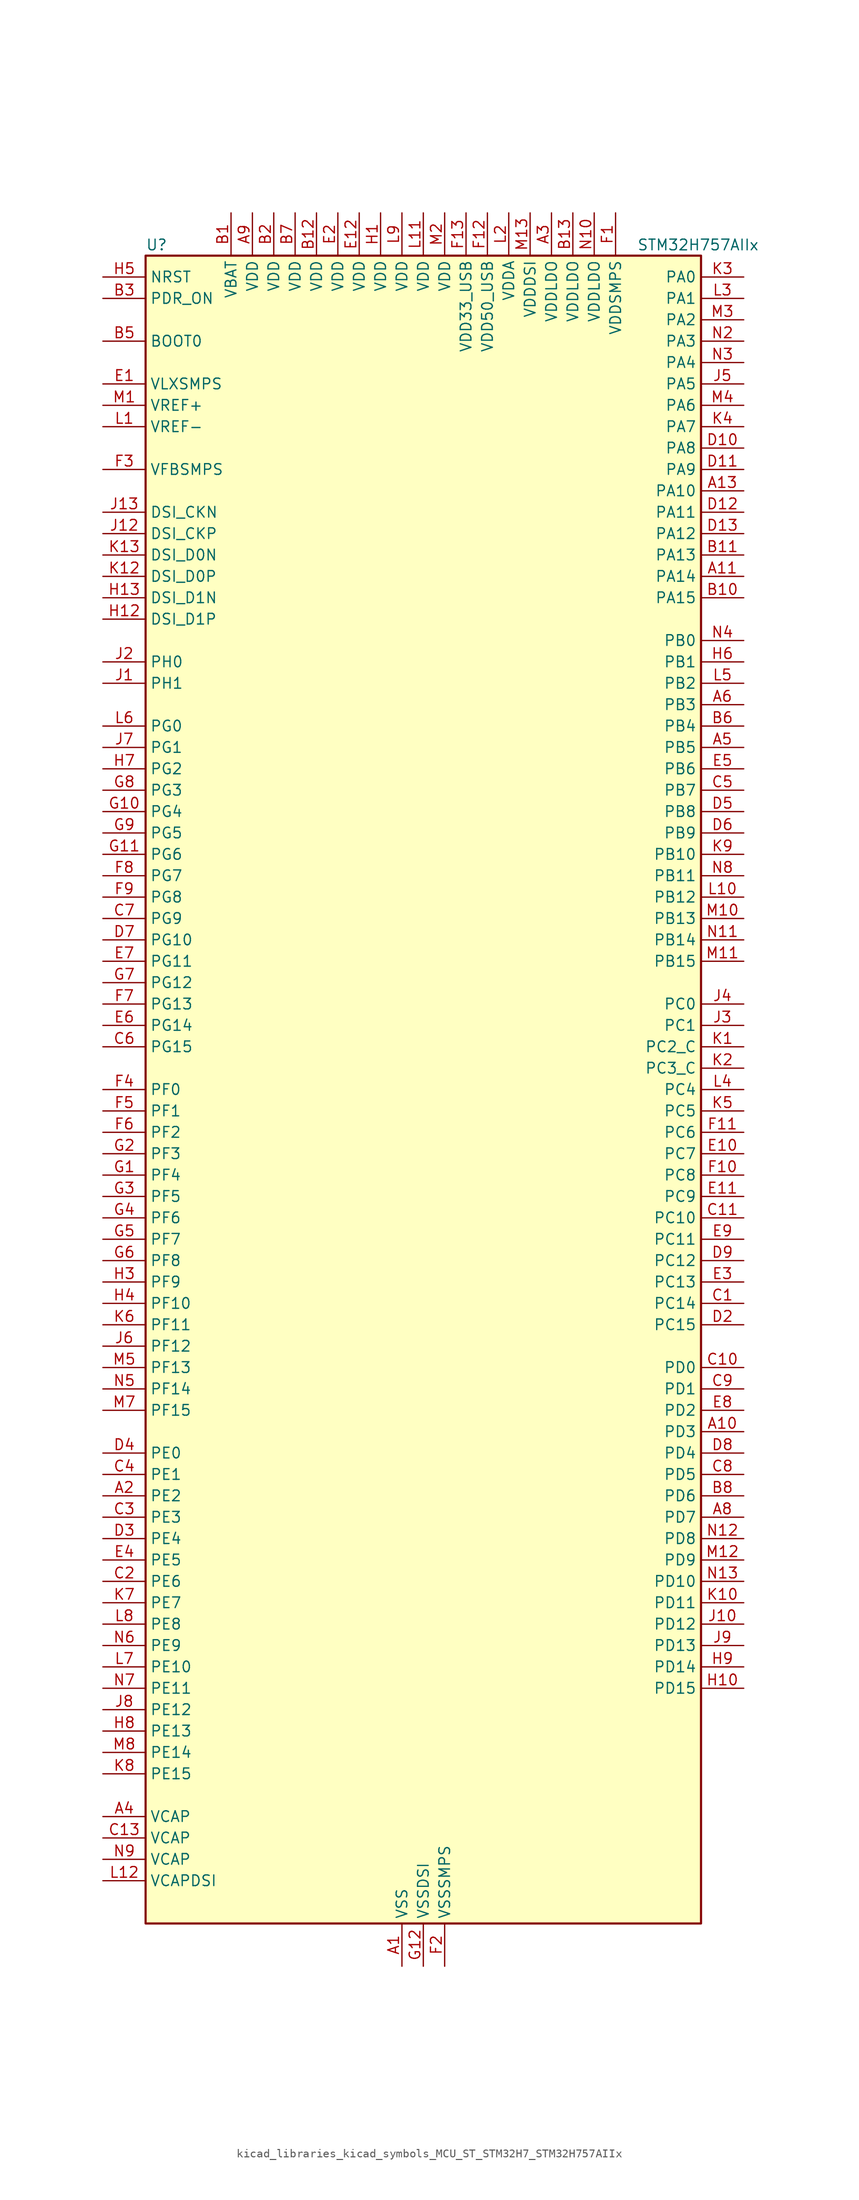
<source format=kicad_sym>
(kicad_symbol_lib
  (version 20220914)
  (generator kicad_symbol_editor)
  (symbol "kicad_libraries_kicad_symbols_MCU_ST_STM32H7_STM32H757AIIx"
    (property "Reference" "U"
      (at -33.02 100.33 0)
      (effects (font (size 1.27 1.27)) (justify left)))
    (property "Value" "STM32H757AIIx"
      (at 25.4 100.33 0)
      (effects (font (size 1.27 1.27)) (justify left)))
    (property "ki_locked" ""
      (at 0 0 0)
      (effects (font (size 1.27 1.27))))
    (symbol "kicad_libraries_kicad_symbols_MCU_ST_STM32H7_STM32H757AIIx_0_1"
      (rectangle (start -33.02 -99.06) (end 33.02 99.06) (stroke (width 0.254) (type default)) (fill (type background))))
    (symbol "kicad_libraries_kicad_symbols_MCU_ST_STM32H7_STM32H757AIIx_1_1"
      (pin power_in line (at -2.54 -104.14 90) (length 5.08) (name "VSS" (effects (font (size 1.27 1.27)))) (number "A1" (effects (font (size 1.27 1.27)))))
      (pin bidirectional line (at 38.1 -40.64 180) (length 5.08) (name "PD3" (effects (font (size 1.27 1.27)))) (number "A10" (effects (font (size 1.27 1.27)))) (alternate "DCMI_D5" bidirectional line) (alternate "DFSDM1_CKOUT" bidirectional line) (alternate "FMC_CLK" bidirectional line) (alternate "I2S2_CK" bidirectional line) (alternate "LTDC_G7" bidirectional line) (alternate "SPI2_SCK" bidirectional line) (alternate "USART2_CTS" bidirectional line) (alternate "USART2_NSS" bidirectional line))
      (pin bidirectional line (at 38.1 60.96 180) (length 5.08) (name "PA14" (effects (font (size 1.27 1.27)))) (number "A11" (effects (font (size 1.27 1.27)))) (alternate "DEBUG_JTCK-SWCLK" bidirectional line))
      (pin passive line (at -2.54 -104.14 90) (length 5.08) hide (name "VSS" (effects (font (size 1.27 1.27)))) (number "A12" (effects (font (size 1.27 1.27)))))
      (pin bidirectional line (at 38.1 71.12 180) (length 5.08) (name "PA10" (effects (font (size 1.27 1.27)))) (number "A13" (effects (font (size 1.27 1.27)))) (alternate "DCMI_D1" bidirectional line) (alternate "HRTIM_CHC2" bidirectional line) (alternate "LPUART1_RX" bidirectional line) (alternate "LTDC_B1" bidirectional line) (alternate "LTDC_B4" bidirectional line) (alternate "MDIOS_MDIO" bidirectional line) (alternate "TIM1_CH3" bidirectional line) (alternate "USART1_RX" bidirectional line) (alternate "USB_OTG_FS_ID" bidirectional line))
      (pin bidirectional line (at -38.1 -48.26 0) (length 5.08) (name "PE2" (effects (font (size 1.27 1.27)))) (number "A2" (effects (font (size 1.27 1.27)))) (alternate "DEBUG_TRACECLK" bidirectional line) (alternate "ETH_TXD3" bidirectional line) (alternate "FMC_A23" bidirectional line) (alternate "QUADSPI_BK1_IO2" bidirectional line) (alternate "SAI1_CK1" bidirectional line) (alternate "SAI1_MCLK_A" bidirectional line) (alternate "SAI4_CK1" bidirectional line) (alternate "SAI4_MCLK_A" bidirectional line) (alternate "SPI4_SCK" bidirectional line))
      (pin power_in line (at 15.24 104.14 270) (length 5.08) (name "VDDLDO" (effects (font (size 1.27 1.27)))) (number "A3" (effects (font (size 1.27 1.27)))))
      (pin power_out line (at -38.1 -86.36 0) (length 5.08) (name "VCAP" (effects (font (size 1.27 1.27)))) (number "A4" (effects (font (size 1.27 1.27)))))
      (pin bidirectional line (at 38.1 40.64 180) (length 5.08) (name "PB5" (effects (font (size 1.27 1.27)))) (number "A5" (effects (font (size 1.27 1.27)))) (alternate "DCMI_D10" bidirectional line) (alternate "ETH_PPS_OUT" bidirectional line) (alternate "FDCAN2_RX" bidirectional line) (alternate "FMC_SDCKE1" bidirectional line) (alternate "HRTIM_EEV7" bidirectional line) (alternate "I2C1_SMBA" bidirectional line) (alternate "I2C4_SMBA" bidirectional line) (alternate "I2S1_SDO" bidirectional line) (alternate "I2S3_SDO" bidirectional line) (alternate "SPI1_MOSI" bidirectional line) (alternate "SPI3_MOSI" bidirectional line) (alternate "SPI6_MOSI" bidirectional line) (alternate "TIM17_BKIN" bidirectional line) (alternate "TIM3_CH2" bidirectional line) (alternate "UART5_RX" bidirectional line) (alternate "USB_OTG_HS_ULPI_D7" bidirectional line))
      (pin bidirectional line (at 38.1 45.72 180) (length 5.08) (name "PB3" (effects (font (size 1.27 1.27)))) (number "A6" (effects (font (size 1.27 1.27)))) (alternate "CRS_SYNC" bidirectional line) (alternate "DEBUG_JTDO-SWO" bidirectional line) (alternate "HRTIM_FLT4" bidirectional line) (alternate "I2S1_CK" bidirectional line) (alternate "I2S3_CK" bidirectional line) (alternate "SDMMC2_D2" bidirectional line) (alternate "SPI1_SCK" bidirectional line) (alternate "SPI3_SCK" bidirectional line) (alternate "SPI6_SCK" bidirectional line) (alternate "TIM2_CH2" bidirectional line) (alternate "UART7_RX" bidirectional line))
      (pin passive line (at -2.54 -104.14 90) (length 5.08) hide (name "VSS" (effects (font (size 1.27 1.27)))) (number "A7" (effects (font (size 1.27 1.27)))))
      (pin bidirectional line (at 38.1 -50.8 180) (length 5.08) (name "PD7" (effects (font (size 1.27 1.27)))) (number "A8" (effects (font (size 1.27 1.27)))) (alternate "DFSDM1_CKIN1" bidirectional line) (alternate "DFSDM1_DATIN4" bidirectional line) (alternate "FMC_NE1" bidirectional line) (alternate "I2S1_SDO" bidirectional line) (alternate "SDMMC2_CMD" bidirectional line) (alternate "SPDIFRX1_IN0" bidirectional line) (alternate "SPI1_MOSI" bidirectional line) (alternate "USART2_CK" bidirectional line))
      (pin power_in line (at -20.32 104.14 270) (length 5.08) (name "VDD" (effects (font (size 1.27 1.27)))) (number "A9" (effects (font (size 1.27 1.27)))))
      (pin power_in line (at -22.86 104.14 270) (length 5.08) (name "VBAT" (effects (font (size 1.27 1.27)))) (number "B1" (effects (font (size 1.27 1.27)))))
      (pin bidirectional line (at 38.1 58.42 180) (length 5.08) (name "PA15" (effects (font (size 1.27 1.27)))) (number "B10" (effects (font (size 1.27 1.27)))) (alternate "ADC1_EXTI15" bidirectional line) (alternate "ADC2_EXTI15" bidirectional line) (alternate "ADC3_EXTI15" bidirectional line) (alternate "CEC" bidirectional line) (alternate "DEBUG_JTDI" bidirectional line) (alternate "DSIHOST_TE" bidirectional line) (alternate "HRTIM_FLT1" bidirectional line) (alternate "I2S1_WS" bidirectional line) (alternate "I2S3_WS" bidirectional line) (alternate "SPI1_NSS" bidirectional line) (alternate "SPI3_NSS" bidirectional line) (alternate "SPI6_NSS" bidirectional line) (alternate "TIM2_CH1" bidirectional line) (alternate "TIM2_ETR" bidirectional line) (alternate "UART4_DE" bidirectional line) (alternate "UART4_RTS" bidirectional line) (alternate "UART7_TX" bidirectional line))
      (pin bidirectional line (at 38.1 63.5 180) (length 5.08) (name "PA13" (effects (font (size 1.27 1.27)))) (number "B11" (effects (font (size 1.27 1.27)))) (alternate "DEBUG_JTMS-SWDIO" bidirectional line))
      (pin power_in line (at -12.7 104.14 270) (length 5.08) (name "VDD" (effects (font (size 1.27 1.27)))) (number "B12" (effects (font (size 1.27 1.27)))))
      (pin power_in line (at 17.78 104.14 270) (length 5.08) (name "VDDLDO" (effects (font (size 1.27 1.27)))) (number "B13" (effects (font (size 1.27 1.27)))))
      (pin power_in line (at -17.78 104.14 270) (length 5.08) (name "VDD" (effects (font (size 1.27 1.27)))) (number "B2" (effects (font (size 1.27 1.27)))))
      (pin input line (at -38.1 93.98 0) (length 5.08) (name "PDR_ON" (effects (font (size 1.27 1.27)))) (number "B3" (effects (font (size 1.27 1.27)))))
      (pin passive line (at -2.54 -104.14 90) (length 5.08) hide (name "VSS" (effects (font (size 1.27 1.27)))) (number "B4" (effects (font (size 1.27 1.27)))))
      (pin input line (at -38.1 88.9 0) (length 5.08) (name "BOOT0" (effects (font (size 1.27 1.27)))) (number "B5" (effects (font (size 1.27 1.27)))))
      (pin bidirectional line (at 38.1 43.18 180) (length 5.08) (name "PB4" (effects (font (size 1.27 1.27)))) (number "B6" (effects (font (size 1.27 1.27)))) (alternate "DEBUG_JTRST" bidirectional line) (alternate "HRTIM_EEV6" bidirectional line) (alternate "I2S1_SDI" bidirectional line) (alternate "I2S2_WS" bidirectional line) (alternate "I2S3_SDI" bidirectional line) (alternate "SDMMC2_D3" bidirectional line) (alternate "SPI1_MISO" bidirectional line) (alternate "SPI2_NSS" bidirectional line) (alternate "SPI3_MISO" bidirectional line) (alternate "SPI6_MISO" bidirectional line) (alternate "TIM16_BKIN" bidirectional line) (alternate "TIM3_CH1" bidirectional line) (alternate "UART7_TX" bidirectional line))
      (pin power_in line (at -15.24 104.14 270) (length 5.08) (name "VDD" (effects (font (size 1.27 1.27)))) (number "B7" (effects (font (size 1.27 1.27)))))
      (pin bidirectional line (at 38.1 -48.26 180) (length 5.08) (name "PD6" (effects (font (size 1.27 1.27)))) (number "B8" (effects (font (size 1.27 1.27)))) (alternate "DCMI_D10" bidirectional line) (alternate "DFSDM1_CKIN4" bidirectional line) (alternate "DFSDM1_DATIN1" bidirectional line) (alternate "FMC_NWAIT" bidirectional line) (alternate "I2S3_SDO" bidirectional line) (alternate "LTDC_B2" bidirectional line) (alternate "SAI1_D1" bidirectional line) (alternate "SAI1_SD_A" bidirectional line) (alternate "SAI4_D1" bidirectional line) (alternate "SAI4_SD_A" bidirectional line) (alternate "SDMMC2_CK" bidirectional line) (alternate "SPI3_MOSI" bidirectional line) (alternate "USART2_RX" bidirectional line))
      (pin passive line (at -2.54 -104.14 90) (length 5.08) hide (name "VSS" (effects (font (size 1.27 1.27)))) (number "B9" (effects (font (size 1.27 1.27)))))
      (pin bidirectional line (at 38.1 -25.4 180) (length 5.08) (name "PC14" (effects (font (size 1.27 1.27)))) (number "C1" (effects (font (size 1.27 1.27)))) (alternate "RCC_OSC32_IN" bidirectional line))
      (pin bidirectional line (at 38.1 -33.02 180) (length 5.08) (name "PD0" (effects (font (size 1.27 1.27)))) (number "C10" (effects (font (size 1.27 1.27)))) (alternate "DFSDM1_CKIN6" bidirectional line) (alternate "FDCAN1_RX" bidirectional line) (alternate "FMC_D2" bidirectional line) (alternate "FMC_DA2" bidirectional line) (alternate "SAI3_SCK_A" bidirectional line) (alternate "UART4_RX" bidirectional line))
      (pin bidirectional line (at 38.1 -15.24 180) (length 5.08) (name "PC10" (effects (font (size 1.27 1.27)))) (number "C11" (effects (font (size 1.27 1.27)))) (alternate "DCMI_D8" bidirectional line) (alternate "DFSDM1_CKIN5" bidirectional line) (alternate "HRTIM_EEV1" bidirectional line) (alternate "I2S3_CK" bidirectional line) (alternate "LTDC_R2" bidirectional line) (alternate "QUADSPI_BK1_IO1" bidirectional line) (alternate "SDMMC1_D2" bidirectional line) (alternate "SPI3_SCK" bidirectional line) (alternate "UART4_TX" bidirectional line) (alternate "USART3_TX" bidirectional line))
      (pin passive line (at -2.54 -104.14 90) (length 5.08) hide (name "VSS" (effects (font (size 1.27 1.27)))) (number "C12" (effects (font (size 1.27 1.27)))))
      (pin power_out line (at -38.1 -88.9 0) (length 5.08) (name "VCAP" (effects (font (size 1.27 1.27)))) (number "C13" (effects (font (size 1.27 1.27)))))
      (pin bidirectional line (at -38.1 -58.42 0) (length 5.08) (name "PE6" (effects (font (size 1.27 1.27)))) (number "C2" (effects (font (size 1.27 1.27)))) (alternate "DCMI_D7" bidirectional line) (alternate "DEBUG_TRACED3" bidirectional line) (alternate "FMC_A22" bidirectional line) (alternate "LTDC_G1" bidirectional line) (alternate "SAI1_D1" bidirectional line) (alternate "SAI1_SD_A" bidirectional line) (alternate "SAI2_MCLK_B" bidirectional line) (alternate "SAI4_D1" bidirectional line) (alternate "SAI4_SD_A" bidirectional line) (alternate "SPI4_MOSI" bidirectional line) (alternate "TIM15_CH2" bidirectional line) (alternate "TIM1_BKIN2" bidirectional line) (alternate "TIM1_BKIN2_COMP1" bidirectional line) (alternate "TIM1_BKIN2_COMP2" bidirectional line))
      (pin bidirectional line (at -38.1 -50.8 0) (length 5.08) (name "PE3" (effects (font (size 1.27 1.27)))) (number "C3" (effects (font (size 1.27 1.27)))) (alternate "DEBUG_TRACED0" bidirectional line) (alternate "FMC_A19" bidirectional line) (alternate "SAI1_SD_B" bidirectional line) (alternate "SAI4_SD_B" bidirectional line) (alternate "TIM15_BKIN" bidirectional line))
      (pin bidirectional line (at -38.1 -45.72 0) (length 5.08) (name "PE1" (effects (font (size 1.27 1.27)))) (number "C4" (effects (font (size 1.27 1.27)))) (alternate "DCMI_D3" bidirectional line) (alternate "FMC_NBL1" bidirectional line) (alternate "HRTIM_SCOUT" bidirectional line) (alternate "LPTIM1_IN2" bidirectional line) (alternate "UART8_TX" bidirectional line))
      (pin bidirectional line (at 38.1 35.56 180) (length 5.08) (name "PB7" (effects (font (size 1.27 1.27)))) (number "C5" (effects (font (size 1.27 1.27)))) (alternate "DCMI_VSYNC" bidirectional line) (alternate "DFSDM1_CKIN5" bidirectional line) (alternate "FMC_NL" bidirectional line) (alternate "HRTIM_EEV9" bidirectional line) (alternate "I2C1_SDA" bidirectional line) (alternate "I2C4_SDA" bidirectional line) (alternate "LPUART1_RX" bidirectional line) (alternate "PWR_PVD_IN" bidirectional line) (alternate "TIM17_CH1N" bidirectional line) (alternate "TIM4_CH2" bidirectional line) (alternate "USART1_RX" bidirectional line))
      (pin bidirectional line (at -38.1 5.08 0) (length 5.08) (name "PG15" (effects (font (size 1.27 1.27)))) (number "C6" (effects (font (size 1.27 1.27)))) (alternate "ADC1_EXTI15" bidirectional line) (alternate "ADC2_EXTI15" bidirectional line) (alternate "ADC3_EXTI15" bidirectional line) (alternate "DCMI_D13" bidirectional line) (alternate "FMC_SDNCAS" bidirectional line) (alternate "USART6_CTS" bidirectional line) (alternate "USART6_NSS" bidirectional line))
      (pin bidirectional line (at -38.1 20.32 0) (length 5.08) (name "PG9" (effects (font (size 1.27 1.27)))) (number "C7" (effects (font (size 1.27 1.27)))) (alternate "DAC1_EXTI9" bidirectional line) (alternate "DCMI_VSYNC" bidirectional line) (alternate "FMC_NCE" bidirectional line) (alternate "FMC_NE2" bidirectional line) (alternate "I2S1_SDI" bidirectional line) (alternate "QUADSPI_BK2_IO2" bidirectional line) (alternate "SAI2_FS_B" bidirectional line) (alternate "SPDIFRX1_IN3" bidirectional line) (alternate "SPI1_MISO" bidirectional line) (alternate "USART6_RX" bidirectional line))
      (pin bidirectional line (at 38.1 -45.72 180) (length 5.08) (name "PD5" (effects (font (size 1.27 1.27)))) (number "C8" (effects (font (size 1.27 1.27)))) (alternate "FMC_NWE" bidirectional line) (alternate "HRTIM_EEV3" bidirectional line) (alternate "USART2_TX" bidirectional line))
      (pin bidirectional line (at 38.1 -35.56 180) (length 5.08) (name "PD1" (effects (font (size 1.27 1.27)))) (number "C9" (effects (font (size 1.27 1.27)))) (alternate "DFSDM1_DATIN6" bidirectional line) (alternate "FDCAN1_TX" bidirectional line) (alternate "FMC_D3" bidirectional line) (alternate "FMC_DA3" bidirectional line) (alternate "SAI3_SD_A" bidirectional line) (alternate "UART4_TX" bidirectional line))
      (pin passive line (at -2.54 -104.14 90) (length 5.08) hide (name "VSS" (effects (font (size 1.27 1.27)))) (number "D1" (effects (font (size 1.27 1.27)))))
      (pin bidirectional line (at 38.1 76.2 180) (length 5.08) (name "PA8" (effects (font (size 1.27 1.27)))) (number "D10" (effects (font (size 1.27 1.27)))) (alternate "HRTIM_CHB2" bidirectional line) (alternate "I2C3_SCL" bidirectional line) (alternate "LTDC_B3" bidirectional line) (alternate "LTDC_R6" bidirectional line) (alternate "RCC_MCO_1" bidirectional line) (alternate "TIM1_CH1" bidirectional line) (alternate "TIM8_BKIN2" bidirectional line) (alternate "TIM8_BKIN2_COMP1" bidirectional line) (alternate "TIM8_BKIN2_COMP2" bidirectional line) (alternate "UART7_RX" bidirectional line) (alternate "USART1_CK" bidirectional line) (alternate "USB_OTG_FS_SOF" bidirectional line))
      (pin bidirectional line (at 38.1 73.66 180) (length 5.08) (name "PA9" (effects (font (size 1.27 1.27)))) (number "D11" (effects (font (size 1.27 1.27)))) (alternate "DAC1_EXTI9" bidirectional line) (alternate "DCMI_D0" bidirectional line) (alternate "HRTIM_CHC1" bidirectional line) (alternate "I2C3_SMBA" bidirectional line) (alternate "I2S2_CK" bidirectional line) (alternate "LPUART1_TX" bidirectional line) (alternate "LTDC_R5" bidirectional line) (alternate "SPI2_SCK" bidirectional line) (alternate "TIM1_CH2" bidirectional line) (alternate "USART1_TX" bidirectional line) (alternate "USB_OTG_FS_VBUS" bidirectional line))
      (pin bidirectional line (at 38.1 68.58 180) (length 5.08) (name "PA11" (effects (font (size 1.27 1.27)))) (number "D12" (effects (font (size 1.27 1.27)))) (alternate "ADC1_EXTI11" bidirectional line) (alternate "ADC2_EXTI11" bidirectional line) (alternate "ADC3_EXTI11" bidirectional line) (alternate "FDCAN1_RX" bidirectional line) (alternate "HRTIM_CHD1" bidirectional line) (alternate "I2S2_WS" bidirectional line) (alternate "LPUART1_CTS" bidirectional line) (alternate "LTDC_R4" bidirectional line) (alternate "SPI2_NSS" bidirectional line) (alternate "TIM1_CH4" bidirectional line) (alternate "UART4_RX" bidirectional line) (alternate "USART1_CTS" bidirectional line) (alternate "USART1_NSS" bidirectional line) (alternate "USB_OTG_FS_DM" bidirectional line))
      (pin bidirectional line (at 38.1 66.04 180) (length 5.08) (name "PA12" (effects (font (size 1.27 1.27)))) (number "D13" (effects (font (size 1.27 1.27)))) (alternate "FDCAN1_TX" bidirectional line) (alternate "HRTIM_CHD2" bidirectional line) (alternate "I2S2_CK" bidirectional line) (alternate "LPUART1_DE" bidirectional line) (alternate "LPUART1_RTS" bidirectional line) (alternate "LTDC_R5" bidirectional line) (alternate "SAI2_FS_B" bidirectional line) (alternate "SPI2_SCK" bidirectional line) (alternate "TIM1_ETR" bidirectional line) (alternate "UART4_TX" bidirectional line) (alternate "USART1_DE" bidirectional line) (alternate "USART1_RTS" bidirectional line) (alternate "USB_OTG_FS_DP" bidirectional line))
      (pin bidirectional line (at 38.1 -27.94 180) (length 5.08) (name "PC15" (effects (font (size 1.27 1.27)))) (number "D2" (effects (font (size 1.27 1.27)))) (alternate "ADC1_EXTI15" bidirectional line) (alternate "ADC2_EXTI15" bidirectional line) (alternate "ADC3_EXTI15" bidirectional line) (alternate "RCC_OSC32_OUT" bidirectional line))
      (pin bidirectional line (at -38.1 -53.34 0) (length 5.08) (name "PE4" (effects (font (size 1.27 1.27)))) (number "D3" (effects (font (size 1.27 1.27)))) (alternate "DCMI_D4" bidirectional line) (alternate "DEBUG_TRACED1" bidirectional line) (alternate "DFSDM1_DATIN3" bidirectional line) (alternate "FMC_A20" bidirectional line) (alternate "LTDC_B0" bidirectional line) (alternate "SAI1_D2" bidirectional line) (alternate "SAI1_FS_A" bidirectional line) (alternate "SAI4_D2" bidirectional line) (alternate "SAI4_FS_A" bidirectional line) (alternate "SPI4_NSS" bidirectional line) (alternate "TIM15_CH1N" bidirectional line))
      (pin bidirectional line (at -38.1 -43.18 0) (length 5.08) (name "PE0" (effects (font (size 1.27 1.27)))) (number "D4" (effects (font (size 1.27 1.27)))) (alternate "DCMI_D2" bidirectional line) (alternate "FMC_NBL0" bidirectional line) (alternate "HRTIM_SCIN" bidirectional line) (alternate "LPTIM1_ETR" bidirectional line) (alternate "LPTIM2_ETR" bidirectional line) (alternate "SAI2_MCLK_A" bidirectional line) (alternate "TIM4_ETR" bidirectional line) (alternate "UART8_RX" bidirectional line))
      (pin bidirectional line (at 38.1 33.02 180) (length 5.08) (name "PB8" (effects (font (size 1.27 1.27)))) (number "D5" (effects (font (size 1.27 1.27)))) (alternate "DCMI_D6" bidirectional line) (alternate "DFSDM1_CKIN7" bidirectional line) (alternate "ETH_TXD3" bidirectional line) (alternate "FDCAN1_RX" bidirectional line) (alternate "I2C1_SCL" bidirectional line) (alternate "I2C4_SCL" bidirectional line) (alternate "LTDC_B6" bidirectional line) (alternate "SDMMC1_CKIN" bidirectional line) (alternate "SDMMC1_D4" bidirectional line) (alternate "SDMMC2_D4" bidirectional line) (alternate "TIM16_CH1" bidirectional line) (alternate "TIM4_CH3" bidirectional line) (alternate "UART4_RX" bidirectional line))
      (pin bidirectional line (at 38.1 30.48 180) (length 5.08) (name "PB9" (effects (font (size 1.27 1.27)))) (number "D6" (effects (font (size 1.27 1.27)))) (alternate "DAC1_EXTI9" bidirectional line) (alternate "DCMI_D7" bidirectional line) (alternate "DFSDM1_DATIN7" bidirectional line) (alternate "FDCAN1_TX" bidirectional line) (alternate "I2C1_SDA" bidirectional line) (alternate "I2C4_SDA" bidirectional line) (alternate "I2C4_SMBA" bidirectional line) (alternate "I2S2_WS" bidirectional line) (alternate "LTDC_B7" bidirectional line) (alternate "SDMMC1_CDIR" bidirectional line) (alternate "SDMMC1_D5" bidirectional line) (alternate "SDMMC2_D5" bidirectional line) (alternate "SPI2_NSS" bidirectional line) (alternate "TIM17_CH1" bidirectional line) (alternate "TIM4_CH4" bidirectional line) (alternate "UART4_TX" bidirectional line))
      (pin bidirectional line (at -38.1 17.78 0) (length 5.08) (name "PG10" (effects (font (size 1.27 1.27)))) (number "D7" (effects (font (size 1.27 1.27)))) (alternate "DCMI_D2" bidirectional line) (alternate "FMC_NE3" bidirectional line) (alternate "HRTIM_FLT5" bidirectional line) (alternate "I2S1_WS" bidirectional line) (alternate "LTDC_B2" bidirectional line) (alternate "LTDC_G3" bidirectional line) (alternate "SAI2_SD_B" bidirectional line) (alternate "SPI1_NSS" bidirectional line))
      (pin bidirectional line (at 38.1 -43.18 180) (length 5.08) (name "PD4" (effects (font (size 1.27 1.27)))) (number "D8" (effects (font (size 1.27 1.27)))) (alternate "FMC_NOE" bidirectional line) (alternate "HRTIM_FLT3" bidirectional line) (alternate "SAI3_FS_A" bidirectional line) (alternate "USART2_DE" bidirectional line) (alternate "USART2_RTS" bidirectional line))
      (pin bidirectional line (at 38.1 -20.32 180) (length 5.08) (name "PC12" (effects (font (size 1.27 1.27)))) (number "D9" (effects (font (size 1.27 1.27)))) (alternate "DCMI_D9" bidirectional line) (alternate "DEBUG_TRACED3" bidirectional line) (alternate "HRTIM_EEV2" bidirectional line) (alternate "I2S3_SDO" bidirectional line) (alternate "SDMMC1_CK" bidirectional line) (alternate "SPI3_MOSI" bidirectional line) (alternate "UART5_TX" bidirectional line) (alternate "USART3_CK" bidirectional line))
      (pin power_in line (at -38.1 83.82 0) (length 5.08) (name "VLXSMPS" (effects (font (size 1.27 1.27)))) (number "E1" (effects (font (size 1.27 1.27)))))
      (pin bidirectional line (at 38.1 -7.62 180) (length 5.08) (name "PC7" (effects (font (size 1.27 1.27)))) (number "E10" (effects (font (size 1.27 1.27)))) (alternate "DCMI_D1" bidirectional line) (alternate "DEBUG_TRGIO" bidirectional line) (alternate "DFSDM1_DATIN3" bidirectional line) (alternate "FMC_NE1" bidirectional line) (alternate "HRTIM_CHA2" bidirectional line) (alternate "I2S3_MCK" bidirectional line) (alternate "LTDC_G6" bidirectional line) (alternate "SDMMC1_D123DIR" bidirectional line) (alternate "SDMMC1_D7" bidirectional line) (alternate "SDMMC2_D7" bidirectional line) (alternate "SWPMI1_TX" bidirectional line) (alternate "TIM3_CH2" bidirectional line) (alternate "TIM8_CH2" bidirectional line) (alternate "USART6_RX" bidirectional line))
      (pin bidirectional line (at 38.1 -12.7 180) (length 5.08) (name "PC9" (effects (font (size 1.27 1.27)))) (number "E11" (effects (font (size 1.27 1.27)))) (alternate "DAC1_EXTI9" bidirectional line) (alternate "DCMI_D3" bidirectional line) (alternate "I2C3_SDA" bidirectional line) (alternate "I2S_CKIN" bidirectional line) (alternate "LTDC_B2" bidirectional line) (alternate "LTDC_G3" bidirectional line) (alternate "QUADSPI_BK1_IO0" bidirectional line) (alternate "RCC_MCO_2" bidirectional line) (alternate "SDMMC1_D1" bidirectional line) (alternate "SWPMI1_SUSPEND" bidirectional line) (alternate "TIM3_CH4" bidirectional line) (alternate "TIM8_CH4" bidirectional line) (alternate "UART5_CTS" bidirectional line))
      (pin power_in line (at -7.62 104.14 270) (length 5.08) (name "VDD" (effects (font (size 1.27 1.27)))) (number "E12" (effects (font (size 1.27 1.27)))))
      (pin passive line (at -2.54 -104.14 90) (length 5.08) hide (name "VSS" (effects (font (size 1.27 1.27)))) (number "E13" (effects (font (size 1.27 1.27)))))
      (pin power_in line (at -10.16 104.14 270) (length 5.08) (name "VDD" (effects (font (size 1.27 1.27)))) (number "E2" (effects (font (size 1.27 1.27)))))
      (pin bidirectional line (at 38.1 -22.86 180) (length 5.08) (name "PC13" (effects (font (size 1.27 1.27)))) (number "E3" (effects (font (size 1.27 1.27)))) (alternate "PWR_WKUP2" bidirectional line) (alternate "RTC_OUT_ALARM" bidirectional line) (alternate "RTC_OUT_CALIB" bidirectional line) (alternate "RTC_TAMP1" bidirectional line) (alternate "RTC_TS" bidirectional line))
      (pin bidirectional line (at -38.1 -55.88 0) (length 5.08) (name "PE5" (effects (font (size 1.27 1.27)))) (number "E4" (effects (font (size 1.27 1.27)))) (alternate "DCMI_D6" bidirectional line) (alternate "DEBUG_TRACED2" bidirectional line) (alternate "DFSDM1_CKIN3" bidirectional line) (alternate "FMC_A21" bidirectional line) (alternate "LTDC_G0" bidirectional line) (alternate "SAI1_CK2" bidirectional line) (alternate "SAI1_SCK_A" bidirectional line) (alternate "SAI4_CK2" bidirectional line) (alternate "SAI4_SCK_A" bidirectional line) (alternate "SPI4_MISO" bidirectional line) (alternate "TIM15_CH1" bidirectional line))
      (pin bidirectional line (at 38.1 38.1 180) (length 5.08) (name "PB6" (effects (font (size 1.27 1.27)))) (number "E5" (effects (font (size 1.27 1.27)))) (alternate "CEC" bidirectional line) (alternate "DCMI_D5" bidirectional line) (alternate "DFSDM1_DATIN5" bidirectional line) (alternate "FDCAN2_TX" bidirectional line) (alternate "FMC_SDNE1" bidirectional line) (alternate "HRTIM_EEV8" bidirectional line) (alternate "I2C1_SCL" bidirectional line) (alternate "I2C4_SCL" bidirectional line) (alternate "LPUART1_TX" bidirectional line) (alternate "QUADSPI_BK1_NCS" bidirectional line) (alternate "TIM16_CH1N" bidirectional line) (alternate "TIM4_CH1" bidirectional line) (alternate "UART5_TX" bidirectional line) (alternate "USART1_TX" bidirectional line))
      (pin bidirectional line (at -38.1 7.62 0) (length 5.08) (name "PG14" (effects (font (size 1.27 1.27)))) (number "E6" (effects (font (size 1.27 1.27)))) (alternate "DEBUG_TRACED1" bidirectional line) (alternate "ETH_TXD1" bidirectional line) (alternate "FMC_A25" bidirectional line) (alternate "LPTIM1_ETR" bidirectional line) (alternate "LTDC_B0" bidirectional line) (alternate "QUADSPI_BK2_IO3" bidirectional line) (alternate "SPI6_MOSI" bidirectional line) (alternate "USART6_TX" bidirectional line))
      (pin bidirectional line (at -38.1 15.24 0) (length 5.08) (name "PG11" (effects (font (size 1.27 1.27)))) (number "E7" (effects (font (size 1.27 1.27)))) (alternate "ADC1_EXTI11" bidirectional line) (alternate "ADC2_EXTI11" bidirectional line) (alternate "ADC3_EXTI11" bidirectional line) (alternate "DCMI_D3" bidirectional line) (alternate "ETH_TX_EN" bidirectional line) (alternate "HRTIM_EEV4" bidirectional line) (alternate "I2S1_CK" bidirectional line) (alternate "LPTIM1_IN2" bidirectional line) (alternate "LTDC_B3" bidirectional line) (alternate "SDMMC2_D2" bidirectional line) (alternate "SPDIFRX1_IN0" bidirectional line) (alternate "SPI1_SCK" bidirectional line))
      (pin bidirectional line (at 38.1 -38.1 180) (length 5.08) (name "PD2" (effects (font (size 1.27 1.27)))) (number "E8" (effects (font (size 1.27 1.27)))) (alternate "DCMI_D11" bidirectional line) (alternate "DEBUG_TRACED2" bidirectional line) (alternate "SDMMC1_CMD" bidirectional line) (alternate "TIM3_ETR" bidirectional line) (alternate "UART5_RX" bidirectional line))
      (pin bidirectional line (at 38.1 -17.78 180) (length 5.08) (name "PC11" (effects (font (size 1.27 1.27)))) (number "E9" (effects (font (size 1.27 1.27)))) (alternate "ADC1_EXTI11" bidirectional line) (alternate "ADC2_EXTI11" bidirectional line) (alternate "ADC3_EXTI11" bidirectional line) (alternate "DCMI_D4" bidirectional line) (alternate "DFSDM1_DATIN5" bidirectional line) (alternate "HRTIM_FLT2" bidirectional line) (alternate "I2S3_SDI" bidirectional line) (alternate "QUADSPI_BK2_NCS" bidirectional line) (alternate "SDMMC1_D3" bidirectional line) (alternate "SPI3_MISO" bidirectional line) (alternate "UART4_RX" bidirectional line) (alternate "USART3_RX" bidirectional line))
      (pin power_in line (at 22.86 104.14 270) (length 5.08) (name "VDDSMPS" (effects (font (size 1.27 1.27)))) (number "F1" (effects (font (size 1.27 1.27)))))
      (pin bidirectional line (at 38.1 -10.16 180) (length 5.08) (name "PC8" (effects (font (size 1.27 1.27)))) (number "F10" (effects (font (size 1.27 1.27)))) (alternate "DCMI_D2" bidirectional line) (alternate "DEBUG_TRACED1" bidirectional line) (alternate "FMC_NCE" bidirectional line) (alternate "FMC_NE2" bidirectional line) (alternate "HRTIM_CHB1" bidirectional line) (alternate "SDMMC1_D0" bidirectional line) (alternate "SWPMI1_RX" bidirectional line) (alternate "TIM3_CH3" bidirectional line) (alternate "TIM8_CH3" bidirectional line) (alternate "UART5_DE" bidirectional line) (alternate "UART5_RTS" bidirectional line) (alternate "USART6_CK" bidirectional line))
      (pin bidirectional line (at 38.1 -5.08 180) (length 5.08) (name "PC6" (effects (font (size 1.27 1.27)))) (number "F11" (effects (font (size 1.27 1.27)))) (alternate "DCMI_D0" bidirectional line) (alternate "DFSDM1_CKIN3" bidirectional line) (alternate "FMC_NWAIT" bidirectional line) (alternate "HRTIM_CHA1" bidirectional line) (alternate "I2S2_MCK" bidirectional line) (alternate "LTDC_HSYNC" bidirectional line) (alternate "SDMMC1_D0DIR" bidirectional line) (alternate "SDMMC1_D6" bidirectional line) (alternate "SDMMC2_D6" bidirectional line) (alternate "SWPMI1_IO" bidirectional line) (alternate "TIM3_CH1" bidirectional line) (alternate "TIM8_CH1" bidirectional line) (alternate "USART6_TX" bidirectional line))
      (pin power_in line (at 7.62 104.14 270) (length 5.08) (name "VDD50_USB" (effects (font (size 1.27 1.27)))) (number "F12" (effects (font (size 1.27 1.27)))))
      (pin power_in line (at 5.08 104.14 270) (length 5.08) (name "VDD33_USB" (effects (font (size 1.27 1.27)))) (number "F13" (effects (font (size 1.27 1.27)))))
      (pin power_in line (at 2.54 -104.14 90) (length 5.08) (name "VSSSMPS" (effects (font (size 1.27 1.27)))) (number "F2" (effects (font (size 1.27 1.27)))))
      (pin input line (at -38.1 73.66 0) (length 5.08) (name "VFBSMPS" (effects (font (size 1.27 1.27)))) (number "F3" (effects (font (size 1.27 1.27)))))
      (pin bidirectional line (at -38.1 0 0) (length 5.08) (name "PF0" (effects (font (size 1.27 1.27)))) (number "F4" (effects (font (size 1.27 1.27)))) (alternate "FMC_A0" bidirectional line) (alternate "I2C2_SDA" bidirectional line))
      (pin bidirectional line (at -38.1 -2.54 0) (length 5.08) (name "PF1" (effects (font (size 1.27 1.27)))) (number "F5" (effects (font (size 1.27 1.27)))) (alternate "FMC_A1" bidirectional line) (alternate "I2C2_SCL" bidirectional line))
      (pin bidirectional line (at -38.1 -5.08 0) (length 5.08) (name "PF2" (effects (font (size 1.27 1.27)))) (number "F6" (effects (font (size 1.27 1.27)))) (alternate "FMC_A2" bidirectional line) (alternate "I2C2_SMBA" bidirectional line))
      (pin bidirectional line (at -38.1 10.16 0) (length 5.08) (name "PG13" (effects (font (size 1.27 1.27)))) (number "F7" (effects (font (size 1.27 1.27)))) (alternate "DEBUG_TRACED0" bidirectional line) (alternate "ETH_TXD0" bidirectional line) (alternate "FMC_A24" bidirectional line) (alternate "HRTIM_EEV10" bidirectional line) (alternate "LPTIM1_OUT" bidirectional line) (alternate "LTDC_R0" bidirectional line) (alternate "SPI6_SCK" bidirectional line) (alternate "USART6_CTS" bidirectional line) (alternate "USART6_NSS" bidirectional line))
      (pin bidirectional line (at -38.1 25.4 0) (length 5.08) (name "PG7" (effects (font (size 1.27 1.27)))) (number "F8" (effects (font (size 1.27 1.27)))) (alternate "DCMI_D13" bidirectional line) (alternate "FMC_INT" bidirectional line) (alternate "HRTIM_CHE2" bidirectional line) (alternate "LTDC_CLK" bidirectional line) (alternate "SAI1_MCLK_A" bidirectional line) (alternate "USART6_CK" bidirectional line))
      (pin bidirectional line (at -38.1 22.86 0) (length 5.08) (name "PG8" (effects (font (size 1.27 1.27)))) (number "F9" (effects (font (size 1.27 1.27)))) (alternate "ETH_PPS_OUT" bidirectional line) (alternate "FMC_SDCLK" bidirectional line) (alternate "LTDC_G7" bidirectional line) (alternate "SPDIFRX1_IN2" bidirectional line) (alternate "SPI6_NSS" bidirectional line) (alternate "TIM8_ETR" bidirectional line) (alternate "USART6_DE" bidirectional line) (alternate "USART6_RTS" bidirectional line))
      (pin bidirectional line (at -38.1 -10.16 0) (length 5.08) (name "PF4" (effects (font (size 1.27 1.27)))) (number "G1" (effects (font (size 1.27 1.27)))) (alternate "ADC3_INN5" bidirectional line) (alternate "ADC3_INP9" bidirectional line) (alternate "FMC_A4" bidirectional line))
      (pin bidirectional line (at -38.1 33.02 0) (length 5.08) (name "PG4" (effects (font (size 1.27 1.27)))) (number "G10" (effects (font (size 1.27 1.27)))) (alternate "FMC_A14" bidirectional line) (alternate "FMC_BA0" bidirectional line) (alternate "TIM1_BKIN2" bidirectional line) (alternate "TIM1_BKIN2_COMP1" bidirectional line) (alternate "TIM1_BKIN2_COMP2" bidirectional line))
      (pin bidirectional line (at -38.1 27.94 0) (length 5.08) (name "PG6" (effects (font (size 1.27 1.27)))) (number "G11" (effects (font (size 1.27 1.27)))) (alternate "DCMI_D12" bidirectional line) (alternate "FMC_NE3" bidirectional line) (alternate "HRTIM_CHE1" bidirectional line) (alternate "LTDC_R7" bidirectional line) (alternate "QUADSPI_BK1_NCS" bidirectional line) (alternate "TIM17_BKIN" bidirectional line))
      (pin power_in line (at 0 -104.14 90) (length 5.08) (name "VSSDSI" (effects (font (size 1.27 1.27)))) (number "G12" (effects (font (size 1.27 1.27)))))
      (pin passive line (at 0 -104.14 90) (length 5.08) hide (name "VSSDSI" (effects (font (size 1.27 1.27)))) (number "G13" (effects (font (size 1.27 1.27)))))
      (pin bidirectional line (at -38.1 -7.62 0) (length 5.08) (name "PF3" (effects (font (size 1.27 1.27)))) (number "G2" (effects (font (size 1.27 1.27)))) (alternate "ADC3_INP5" bidirectional line) (alternate "FMC_A3" bidirectional line))
      (pin bidirectional line (at -38.1 -12.7 0) (length 5.08) (name "PF5" (effects (font (size 1.27 1.27)))) (number "G3" (effects (font (size 1.27 1.27)))) (alternate "ADC3_INP4" bidirectional line) (alternate "FMC_A5" bidirectional line))
      (pin bidirectional line (at -38.1 -15.24 0) (length 5.08) (name "PF6" (effects (font (size 1.27 1.27)))) (number "G4" (effects (font (size 1.27 1.27)))) (alternate "ADC3_INN4" bidirectional line) (alternate "ADC3_INP8" bidirectional line) (alternate "QUADSPI_BK1_IO3" bidirectional line) (alternate "SAI1_SD_B" bidirectional line) (alternate "SAI4_SD_B" bidirectional line) (alternate "SPI5_NSS" bidirectional line) (alternate "TIM16_CH1" bidirectional line) (alternate "UART7_RX" bidirectional line))
      (pin bidirectional line (at -38.1 -17.78 0) (length 5.08) (name "PF7" (effects (font (size 1.27 1.27)))) (number "G5" (effects (font (size 1.27 1.27)))) (alternate "ADC3_INP3" bidirectional line) (alternate "QUADSPI_BK1_IO2" bidirectional line) (alternate "SAI1_MCLK_B" bidirectional line) (alternate "SAI4_MCLK_B" bidirectional line) (alternate "SPI5_SCK" bidirectional line) (alternate "TIM17_CH1" bidirectional line) (alternate "UART7_TX" bidirectional line))
      (pin bidirectional line (at -38.1 -20.32 0) (length 5.08) (name "PF8" (effects (font (size 1.27 1.27)))) (number "G6" (effects (font (size 1.27 1.27)))) (alternate "ADC3_INN3" bidirectional line) (alternate "ADC3_INP7" bidirectional line) (alternate "QUADSPI_BK1_IO0" bidirectional line) (alternate "SAI1_SCK_B" bidirectional line) (alternate "SAI4_SCK_B" bidirectional line) (alternate "SPI5_MISO" bidirectional line) (alternate "TIM13_CH1" bidirectional line) (alternate "TIM16_CH1N" bidirectional line) (alternate "UART7_DE" bidirectional line) (alternate "UART7_RTS" bidirectional line))
      (pin bidirectional line (at -38.1 12.7 0) (length 5.08) (name "PG12" (effects (font (size 1.27 1.27)))) (number "G7" (effects (font (size 1.27 1.27)))) (alternate "ETH_TXD1" bidirectional line) (alternate "FMC_NE4" bidirectional line) (alternate "HRTIM_EEV5" bidirectional line) (alternate "LPTIM1_IN1" bidirectional line) (alternate "LTDC_B1" bidirectional line) (alternate "LTDC_B4" bidirectional line) (alternate "SPDIFRX1_IN1" bidirectional line) (alternate "SPI6_MISO" bidirectional line) (alternate "USART6_DE" bidirectional line) (alternate "USART6_RTS" bidirectional line))
      (pin bidirectional line (at -38.1 35.56 0) (length 5.08) (name "PG3" (effects (font (size 1.27 1.27)))) (number "G8" (effects (font (size 1.27 1.27)))) (alternate "FMC_A13" bidirectional line) (alternate "TIM8_BKIN2" bidirectional line) (alternate "TIM8_BKIN2_COMP1" bidirectional line) (alternate "TIM8_BKIN2_COMP2" bidirectional line))
      (pin bidirectional line (at -38.1 30.48 0) (length 5.08) (name "PG5" (effects (font (size 1.27 1.27)))) (number "G9" (effects (font (size 1.27 1.27)))) (alternate "FMC_A15" bidirectional line) (alternate "FMC_BA1" bidirectional line) (alternate "TIM1_ETR" bidirectional line))
      (pin power_in line (at -5.08 104.14 270) (length 5.08) (name "VDD" (effects (font (size 1.27 1.27)))) (number "H1" (effects (font (size 1.27 1.27)))))
      (pin bidirectional line (at 38.1 -71.12 180) (length 5.08) (name "PD15" (effects (font (size 1.27 1.27)))) (number "H10" (effects (font (size 1.27 1.27)))) (alternate "ADC1_EXTI15" bidirectional line) (alternate "ADC2_EXTI15" bidirectional line) (alternate "ADC3_EXTI15" bidirectional line) (alternate "FMC_D1" bidirectional line) (alternate "FMC_DA1" bidirectional line) (alternate "SAI3_MCLK_A" bidirectional line) (alternate "TIM4_CH4" bidirectional line) (alternate "UART8_DE" bidirectional line) (alternate "UART8_RTS" bidirectional line))
      (pin passive line (at -2.54 -104.14 90) (length 5.08) hide (name "VSS" (effects (font (size 1.27 1.27)))) (number "H11" (effects (font (size 1.27 1.27)))))
      (pin bidirectional line (at -38.1 55.88 0) (length 5.08) (name "DSI_D1P" (effects (font (size 1.27 1.27)))) (number "H12" (effects (font (size 1.27 1.27)))) (alternate "DSIHOST_D1P" bidirectional line))
      (pin bidirectional line (at -38.1 58.42 0) (length 5.08) (name "DSI_D1N" (effects (font (size 1.27 1.27)))) (number "H13" (effects (font (size 1.27 1.27)))) (alternate "DSIHOST_D1N" bidirectional line))
      (pin passive line (at -2.54 -104.14 90) (length 5.08) hide (name "VSS" (effects (font (size 1.27 1.27)))) (number "H2" (effects (font (size 1.27 1.27)))))
      (pin bidirectional line (at -38.1 -22.86 0) (length 5.08) (name "PF9" (effects (font (size 1.27 1.27)))) (number "H3" (effects (font (size 1.27 1.27)))) (alternate "ADC3_INP2" bidirectional line) (alternate "DAC1_EXTI9" bidirectional line) (alternate "QUADSPI_BK1_IO1" bidirectional line) (alternate "SAI1_FS_B" bidirectional line) (alternate "SAI4_FS_B" bidirectional line) (alternate "SPI5_MOSI" bidirectional line) (alternate "TIM14_CH1" bidirectional line) (alternate "TIM17_CH1N" bidirectional line) (alternate "UART7_CTS" bidirectional line))
      (pin bidirectional line (at -38.1 -25.4 0) (length 5.08) (name "PF10" (effects (font (size 1.27 1.27)))) (number "H4" (effects (font (size 1.27 1.27)))) (alternate "ADC3_INN2" bidirectional line) (alternate "ADC3_INP6" bidirectional line) (alternate "DCMI_D11" bidirectional line) (alternate "LTDC_DE" bidirectional line) (alternate "QUADSPI_CLK" bidirectional line) (alternate "SAI1_D3" bidirectional line) (alternate "SAI4_D3" bidirectional line) (alternate "TIM16_BKIN" bidirectional line))
      (pin input line (at -38.1 96.52 0) (length 5.08) (name "NRST" (effects (font (size 1.27 1.27)))) (number "H5" (effects (font (size 1.27 1.27)))))
      (pin bidirectional line (at 38.1 50.8 180) (length 5.08) (name "PB1" (effects (font (size 1.27 1.27)))) (number "H6" (effects (font (size 1.27 1.27)))) (alternate "ADC1_INP5" bidirectional line) (alternate "ADC2_INP5" bidirectional line) (alternate "COMP1_INM" bidirectional line) (alternate "DFSDM1_DATIN1" bidirectional line) (alternate "ETH_RXD3" bidirectional line) (alternate "LTDC_G0" bidirectional line) (alternate "LTDC_R6" bidirectional line) (alternate "TIM1_CH3N" bidirectional line) (alternate "TIM3_CH4" bidirectional line) (alternate "TIM8_CH3N" bidirectional line) (alternate "USB_OTG_HS_ULPI_D2" bidirectional line))
      (pin bidirectional line (at -38.1 38.1 0) (length 5.08) (name "PG2" (effects (font (size 1.27 1.27)))) (number "H7" (effects (font (size 1.27 1.27)))) (alternate "FMC_A12" bidirectional line) (alternate "TIM8_BKIN" bidirectional line) (alternate "TIM8_BKIN_COMP1" bidirectional line) (alternate "TIM8_BKIN_COMP2" bidirectional line))
      (pin bidirectional line (at -38.1 -76.2 0) (length 5.08) (name "PE13" (effects (font (size 1.27 1.27)))) (number "H8" (effects (font (size 1.27 1.27)))) (alternate "COMP2_OUT" bidirectional line) (alternate "DFSDM1_CKIN5" bidirectional line) (alternate "FMC_D10" bidirectional line) (alternate "FMC_DA10" bidirectional line) (alternate "LTDC_DE" bidirectional line) (alternate "SAI2_FS_B" bidirectional line) (alternate "SPI4_MISO" bidirectional line) (alternate "TIM1_CH3" bidirectional line))
      (pin bidirectional line (at 38.1 -68.58 180) (length 5.08) (name "PD14" (effects (font (size 1.27 1.27)))) (number "H9" (effects (font (size 1.27 1.27)))) (alternate "FMC_D0" bidirectional line) (alternate "FMC_DA0" bidirectional line) (alternate "SAI3_MCLK_B" bidirectional line) (alternate "TIM4_CH3" bidirectional line) (alternate "UART8_CTS" bidirectional line))
      (pin bidirectional line (at -38.1 48.26 0) (length 5.08) (name "PH1" (effects (font (size 1.27 1.27)))) (number "J1" (effects (font (size 1.27 1.27)))) (alternate "RCC_OSC_OUT" bidirectional line))
      (pin bidirectional line (at 38.1 -63.5 180) (length 5.08) (name "PD12" (effects (font (size 1.27 1.27)))) (number "J10" (effects (font (size 1.27 1.27)))) (alternate "FMC_A17" bidirectional line) (alternate "FMC_ALE" bidirectional line) (alternate "I2C4_SCL" bidirectional line) (alternate "LPTIM1_IN1" bidirectional line) (alternate "LPTIM2_IN1" bidirectional line) (alternate "QUADSPI_BK1_IO1" bidirectional line) (alternate "SAI2_FS_A" bidirectional line) (alternate "TIM4_CH1" bidirectional line) (alternate "USART3_DE" bidirectional line) (alternate "USART3_RTS" bidirectional line))
      (pin passive line (at -2.54 -104.14 90) (length 5.08) hide (name "VSS" (effects (font (size 1.27 1.27)))) (number "J11" (effects (font (size 1.27 1.27)))))
      (pin bidirectional line (at -38.1 66.04 0) (length 5.08) (name "DSI_CKP" (effects (font (size 1.27 1.27)))) (number "J12" (effects (font (size 1.27 1.27)))) (alternate "DSIHOST_CKP" bidirectional line))
      (pin bidirectional line (at -38.1 68.58 0) (length 5.08) (name "DSI_CKN" (effects (font (size 1.27 1.27)))) (number "J13" (effects (font (size 1.27 1.27)))) (alternate "DSIHOST_CKN" bidirectional line))
      (pin bidirectional line (at -38.1 50.8 0) (length 5.08) (name "PH0" (effects (font (size 1.27 1.27)))) (number "J2" (effects (font (size 1.27 1.27)))) (alternate "RCC_OSC_IN" bidirectional line))
      (pin bidirectional line (at 38.1 7.62 180) (length 5.08) (name "PC1" (effects (font (size 1.27 1.27)))) (number "J3" (effects (font (size 1.27 1.27)))) (alternate "ADC1_INN10" bidirectional line) (alternate "ADC1_INP11" bidirectional line) (alternate "ADC2_INN10" bidirectional line) (alternate "ADC2_INP11" bidirectional line) (alternate "ADC3_INN10" bidirectional line) (alternate "ADC3_INP11" bidirectional line) (alternate "DEBUG_TRACED0" bidirectional line) (alternate "DFSDM1_CKIN4" bidirectional line) (alternate "DFSDM1_DATIN0" bidirectional line) (alternate "ETH_MDC" bidirectional line) (alternate "I2S2_SDO" bidirectional line) (alternate "MDIOS_MDC" bidirectional line) (alternate "PWR_WKUP5" bidirectional line) (alternate "RTC_TAMP3" bidirectional line) (alternate "SAI1_D1" bidirectional line) (alternate "SAI1_SD_A" bidirectional line) (alternate "SAI4_D1" bidirectional line) (alternate "SAI4_SD_A" bidirectional line) (alternate "SDMMC2_CK" bidirectional line) (alternate "SPI2_MOSI" bidirectional line))
      (pin bidirectional line (at 38.1 10.16 180) (length 5.08) (name "PC0" (effects (font (size 1.27 1.27)))) (number "J4" (effects (font (size 1.27 1.27)))) (alternate "ADC1_INP10" bidirectional line) (alternate "ADC2_INP10" bidirectional line) (alternate "ADC3_INP10" bidirectional line) (alternate "DFSDM1_CKIN0" bidirectional line) (alternate "DFSDM1_DATIN4" bidirectional line) (alternate "FMC_SDNWE" bidirectional line) (alternate "LTDC_R5" bidirectional line) (alternate "SAI2_FS_B" bidirectional line) (alternate "USB_OTG_HS_ULPI_STP" bidirectional line))
      (pin bidirectional line (at 38.1 83.82 180) (length 5.08) (name "PA5" (effects (font (size 1.27 1.27)))) (number "J5" (effects (font (size 1.27 1.27)))) (alternate "ADC1_INN18" bidirectional line) (alternate "ADC1_INP19" bidirectional line) (alternate "ADC2_INN18" bidirectional line) (alternate "ADC2_INP19" bidirectional line) (alternate "DAC1_OUT2" bidirectional line) (alternate "I2S1_CK" bidirectional line) (alternate "LTDC_R4" bidirectional line) (alternate "PWR_NDSTOP2" bidirectional line) (alternate "SPI1_SCK" bidirectional line) (alternate "SPI6_SCK" bidirectional line) (alternate "TIM2_CH1" bidirectional line) (alternate "TIM2_ETR" bidirectional line) (alternate "TIM8_CH1N" bidirectional line) (alternate "USB_OTG_HS_ULPI_CK" bidirectional line))
      (pin bidirectional line (at -38.1 -30.48 0) (length 5.08) (name "PF12" (effects (font (size 1.27 1.27)))) (number "J6" (effects (font (size 1.27 1.27)))) (alternate "ADC1_INN2" bidirectional line) (alternate "ADC1_INP6" bidirectional line) (alternate "FMC_A6" bidirectional line))
      (pin bidirectional line (at -38.1 40.64 0) (length 5.08) (name "PG1" (effects (font (size 1.27 1.27)))) (number "J7" (effects (font (size 1.27 1.27)))) (alternate "FMC_A11" bidirectional line) (alternate "OPAMP2_VINM" bidirectional line) (alternate "OPAMP2_VINM1" bidirectional line))
      (pin bidirectional line (at -38.1 -73.66 0) (length 5.08) (name "PE12" (effects (font (size 1.27 1.27)))) (number "J8" (effects (font (size 1.27 1.27)))) (alternate "COMP1_OUT" bidirectional line) (alternate "DFSDM1_DATIN5" bidirectional line) (alternate "FMC_D9" bidirectional line) (alternate "FMC_DA9" bidirectional line) (alternate "LTDC_B4" bidirectional line) (alternate "SAI2_SCK_B" bidirectional line) (alternate "SPI4_SCK" bidirectional line) (alternate "TIM1_CH3N" bidirectional line))
      (pin bidirectional line (at 38.1 -66.04 180) (length 5.08) (name "PD13" (effects (font (size 1.27 1.27)))) (number "J9" (effects (font (size 1.27 1.27)))) (alternate "FMC_A18" bidirectional line) (alternate "I2C4_SDA" bidirectional line) (alternate "LPTIM1_OUT" bidirectional line) (alternate "QUADSPI_BK1_IO3" bidirectional line) (alternate "SAI2_SCK_A" bidirectional line) (alternate "TIM4_CH2" bidirectional line))
      (pin bidirectional line (at 38.1 5.08 180) (length 5.08) (name "PC2_C" (effects (font (size 1.27 1.27)))) (number "K1" (effects (font (size 1.27 1.27)))) (alternate "ADC3_INN1" bidirectional line) (alternate "ADC3_INP0" bidirectional line) (alternate "DFSDM1_CKIN1" bidirectional line) (alternate "DFSDM1_CKOUT" bidirectional line) (alternate "ETH_TXD2" bidirectional line) (alternate "FMC_SDNE0" bidirectional line) (alternate "I2S2_SDI" bidirectional line) (alternate "PWR_CSTOP" bidirectional line) (alternate "SPI2_MISO" bidirectional line) (alternate "USB_OTG_HS_ULPI_DIR" bidirectional line))
      (pin bidirectional line (at 38.1 -60.96 180) (length 5.08) (name "PD11" (effects (font (size 1.27 1.27)))) (number "K10" (effects (font (size 1.27 1.27)))) (alternate "ADC1_EXTI11" bidirectional line) (alternate "ADC2_EXTI11" bidirectional line) (alternate "ADC3_EXTI11" bidirectional line) (alternate "FMC_A16" bidirectional line) (alternate "FMC_CLE" bidirectional line) (alternate "I2C4_SMBA" bidirectional line) (alternate "LPTIM2_IN2" bidirectional line) (alternate "QUADSPI_BK1_IO0" bidirectional line) (alternate "SAI2_SD_A" bidirectional line) (alternate "USART3_CTS" bidirectional line) (alternate "USART3_NSS" bidirectional line))
      (pin passive line (at -2.54 -104.14 90) (length 5.08) hide (name "VSS" (effects (font (size 1.27 1.27)))) (number "K11" (effects (font (size 1.27 1.27)))))
      (pin bidirectional line (at -38.1 60.96 0) (length 5.08) (name "DSI_D0P" (effects (font (size 1.27 1.27)))) (number "K12" (effects (font (size 1.27 1.27)))) (alternate "DSIHOST_D0P" bidirectional line))
      (pin bidirectional line (at -38.1 63.5 0) (length 5.08) (name "DSI_D0N" (effects (font (size 1.27 1.27)))) (number "K13" (effects (font (size 1.27 1.27)))) (alternate "DSIHOST_D0N" bidirectional line))
      (pin bidirectional line (at 38.1 2.54 180) (length 5.08) (name "PC3_C" (effects (font (size 1.27 1.27)))) (number "K2" (effects (font (size 1.27 1.27)))) (alternate "ADC3_INP1" bidirectional line) (alternate "DFSDM1_DATIN1" bidirectional line) (alternate "ETH_TX_CLK" bidirectional line) (alternate "FMC_SDCKE0" bidirectional line) (alternate "I2S2_SDO" bidirectional line) (alternate "PWR_CSLEEP" bidirectional line) (alternate "SPI2_MOSI" bidirectional line) (alternate "USB_OTG_HS_ULPI_NXT" bidirectional line))
      (pin bidirectional line (at 38.1 96.52 180) (length 5.08) (name "PA0" (effects (font (size 1.27 1.27)))) (number "K3" (effects (font (size 1.27 1.27)))) (alternate "ADC1_INP16" bidirectional line) (alternate "ETH_CRS" bidirectional line) (alternate "PWR_WKUP0" bidirectional line) (alternate "SAI2_SD_B" bidirectional line) (alternate "SDMMC2_CMD" bidirectional line) (alternate "TIM15_BKIN" bidirectional line) (alternate "TIM2_CH1" bidirectional line) (alternate "TIM2_ETR" bidirectional line) (alternate "TIM5_CH1" bidirectional line) (alternate "TIM8_ETR" bidirectional line) (alternate "UART4_TX" bidirectional line) (alternate "USART2_CTS" bidirectional line) (alternate "USART2_NSS" bidirectional line))
      (pin bidirectional line (at 38.1 78.74 180) (length 5.08) (name "PA7" (effects (font (size 1.27 1.27)))) (number "K4" (effects (font (size 1.27 1.27)))) (alternate "ADC1_INN3" bidirectional line) (alternate "ADC1_INP7" bidirectional line) (alternate "ADC2_INN3" bidirectional line) (alternate "ADC2_INP7" bidirectional line) (alternate "ETH_CRS_DV" bidirectional line) (alternate "ETH_RX_DV" bidirectional line) (alternate "FMC_SDNWE" bidirectional line) (alternate "I2S1_SDO" bidirectional line) (alternate "OPAMP1_VINM" bidirectional line) (alternate "OPAMP1_VINM1" bidirectional line) (alternate "SPI1_MOSI" bidirectional line) (alternate "SPI6_MOSI" bidirectional line) (alternate "TIM14_CH1" bidirectional line) (alternate "TIM1_CH1N" bidirectional line) (alternate "TIM3_CH2" bidirectional line) (alternate "TIM8_CH1N" bidirectional line))
      (pin bidirectional line (at 38.1 -2.54 180) (length 5.08) (name "PC5" (effects (font (size 1.27 1.27)))) (number "K5" (effects (font (size 1.27 1.27)))) (alternate "ADC1_INN4" bidirectional line) (alternate "ADC1_INP8" bidirectional line) (alternate "ADC2_INN4" bidirectional line) (alternate "ADC2_INP8" bidirectional line) (alternate "COMP1_OUT" bidirectional line) (alternate "DFSDM1_DATIN2" bidirectional line) (alternate "ETH_RXD1" bidirectional line) (alternate "FMC_SDCKE0" bidirectional line) (alternate "OPAMP1_VINM" bidirectional line) (alternate "OPAMP1_VINM0" bidirectional line) (alternate "SAI1_D3" bidirectional line) (alternate "SAI4_D3" bidirectional line) (alternate "SPDIFRX1_IN3" bidirectional line))
      (pin bidirectional line (at -38.1 -27.94 0) (length 5.08) (name "PF11" (effects (font (size 1.27 1.27)))) (number "K6" (effects (font (size 1.27 1.27)))) (alternate "ADC1_EXTI11" bidirectional line) (alternate "ADC1_INP2" bidirectional line) (alternate "ADC2_EXTI11" bidirectional line) (alternate "ADC3_EXTI11" bidirectional line) (alternate "DCMI_D12" bidirectional line) (alternate "FMC_SDNRAS" bidirectional line) (alternate "SAI2_SD_B" bidirectional line) (alternate "SPI5_MOSI" bidirectional line))
      (pin bidirectional line (at -38.1 -60.96 0) (length 5.08) (name "PE7" (effects (font (size 1.27 1.27)))) (number "K7" (effects (font (size 1.27 1.27)))) (alternate "COMP2_INM" bidirectional line) (alternate "DFSDM1_DATIN2" bidirectional line) (alternate "FMC_D4" bidirectional line) (alternate "FMC_DA4" bidirectional line) (alternate "OPAMP2_VOUT" bidirectional line) (alternate "QUADSPI_BK2_IO0" bidirectional line) (alternate "TIM1_ETR" bidirectional line) (alternate "UART7_RX" bidirectional line))
      (pin bidirectional line (at -38.1 -81.28 0) (length 5.08) (name "PE15" (effects (font (size 1.27 1.27)))) (number "K8" (effects (font (size 1.27 1.27)))) (alternate "ADC1_EXTI15" bidirectional line) (alternate "ADC2_EXTI15" bidirectional line) (alternate "ADC3_EXTI15" bidirectional line) (alternate "FMC_D12" bidirectional line) (alternate "FMC_DA12" bidirectional line) (alternate "LTDC_R7" bidirectional line) (alternate "TIM1_BKIN" bidirectional line) (alternate "TIM1_BKIN_COMP1" bidirectional line) (alternate "TIM1_BKIN_COMP2" bidirectional line))
      (pin bidirectional line (at 38.1 27.94 180) (length 5.08) (name "PB10" (effects (font (size 1.27 1.27)))) (number "K9" (effects (font (size 1.27 1.27)))) (alternate "DFSDM1_DATIN7" bidirectional line) (alternate "ETH_RX_ER" bidirectional line) (alternate "HRTIM_SCOUT" bidirectional line) (alternate "I2C2_SCL" bidirectional line) (alternate "I2S2_CK" bidirectional line) (alternate "LPTIM2_IN1" bidirectional line) (alternate "LTDC_G4" bidirectional line) (alternate "QUADSPI_BK1_NCS" bidirectional line) (alternate "SPI2_SCK" bidirectional line) (alternate "TIM2_CH3" bidirectional line) (alternate "USART3_TX" bidirectional line) (alternate "USB_OTG_HS_ULPI_D3" bidirectional line))
      (pin input line (at -38.1 78.74 0) (length 5.08) (name "VREF-" (effects (font (size 1.27 1.27)))) (number "L1" (effects (font (size 1.27 1.27)))))
      (pin bidirectional line (at 38.1 22.86 180) (length 5.08) (name "PB12" (effects (font (size 1.27 1.27)))) (number "L10" (effects (font (size 1.27 1.27)))) (alternate "DFSDM1_DATIN1" bidirectional line) (alternate "ETH_TXD0" bidirectional line) (alternate "FDCAN2_RX" bidirectional line) (alternate "I2C2_SMBA" bidirectional line) (alternate "I2S2_WS" bidirectional line) (alternate "SPI2_NSS" bidirectional line) (alternate "TIM1_BKIN" bidirectional line) (alternate "TIM1_BKIN_COMP1" bidirectional line) (alternate "TIM1_BKIN_COMP2" bidirectional line) (alternate "UART5_RX" bidirectional line) (alternate "USART3_CK" bidirectional line) (alternate "USB_OTG_HS_ID" bidirectional line) (alternate "USB_OTG_HS_ULPI_D5" bidirectional line))
      (pin power_in line (at 0 104.14 270) (length 5.08) (name "VDD" (effects (font (size 1.27 1.27)))) (number "L11" (effects (font (size 1.27 1.27)))))
      (pin power_out line (at -38.1 -93.98 0) (length 5.08) (name "VCAPDSI" (effects (font (size 1.27 1.27)))) (number "L12" (effects (font (size 1.27 1.27)))))
      (pin passive line (at -2.54 -104.14 90) (length 5.08) hide (name "VSS" (effects (font (size 1.27 1.27)))) (number "L13" (effects (font (size 1.27 1.27)))))
      (pin power_in line (at 10.16 104.14 270) (length 5.08) (name "VDDA" (effects (font (size 1.27 1.27)))) (number "L2" (effects (font (size 1.27 1.27)))))
      (pin bidirectional line (at 38.1 93.98 180) (length 5.08) (name "PA1" (effects (font (size 1.27 1.27)))) (number "L3" (effects (font (size 1.27 1.27)))) (alternate "ADC1_INN16" bidirectional line) (alternate "ADC1_INP17" bidirectional line) (alternate "ETH_REF_CLK" bidirectional line) (alternate "ETH_RX_CLK" bidirectional line) (alternate "LPTIM3_OUT" bidirectional line) (alternate "LTDC_R2" bidirectional line) (alternate "QUADSPI_BK1_IO3" bidirectional line) (alternate "SAI2_MCLK_B" bidirectional line) (alternate "TIM15_CH1N" bidirectional line) (alternate "TIM2_CH2" bidirectional line) (alternate "TIM5_CH2" bidirectional line) (alternate "UART4_RX" bidirectional line) (alternate "USART2_DE" bidirectional line) (alternate "USART2_RTS" bidirectional line))
      (pin bidirectional line (at 38.1 0 180) (length 5.08) (name "PC4" (effects (font (size 1.27 1.27)))) (number "L4" (effects (font (size 1.27 1.27)))) (alternate "ADC1_INP4" bidirectional line) (alternate "ADC2_INP4" bidirectional line) (alternate "COMP1_INM" bidirectional line) (alternate "DFSDM1_CKIN2" bidirectional line) (alternate "ETH_RXD0" bidirectional line) (alternate "FMC_SDNE0" bidirectional line) (alternate "I2S1_MCK" bidirectional line) (alternate "OPAMP1_VOUT" bidirectional line) (alternate "SPDIFRX1_IN2" bidirectional line))
      (pin bidirectional line (at 38.1 48.26 180) (length 5.08) (name "PB2" (effects (font (size 1.27 1.27)))) (number "L5" (effects (font (size 1.27 1.27)))) (alternate "COMP1_INP" bidirectional line) (alternate "DFSDM1_CKIN1" bidirectional line) (alternate "I2S3_SDO" bidirectional line) (alternate "QUADSPI_CLK" bidirectional line) (alternate "RTC_OUT_ALARM" bidirectional line) (alternate "RTC_OUT_CALIB" bidirectional line) (alternate "SAI1_D1" bidirectional line) (alternate "SAI1_SD_A" bidirectional line) (alternate "SAI4_D1" bidirectional line) (alternate "SAI4_SD_A" bidirectional line) (alternate "SPI3_MOSI" bidirectional line))
      (pin bidirectional line (at -38.1 43.18 0) (length 5.08) (name "PG0" (effects (font (size 1.27 1.27)))) (number "L6" (effects (font (size 1.27 1.27)))) (alternate "FMC_A10" bidirectional line))
      (pin bidirectional line (at -38.1 -68.58 0) (length 5.08) (name "PE10" (effects (font (size 1.27 1.27)))) (number "L7" (effects (font (size 1.27 1.27)))) (alternate "COMP2_INM" bidirectional line) (alternate "DFSDM1_DATIN4" bidirectional line) (alternate "FMC_D7" bidirectional line) (alternate "FMC_DA7" bidirectional line) (alternate "QUADSPI_BK2_IO3" bidirectional line) (alternate "TIM1_CH2N" bidirectional line) (alternate "UART7_CTS" bidirectional line))
      (pin bidirectional line (at -38.1 -63.5 0) (length 5.08) (name "PE8" (effects (font (size 1.27 1.27)))) (number "L8" (effects (font (size 1.27 1.27)))) (alternate "COMP2_OUT" bidirectional line) (alternate "DFSDM1_CKIN2" bidirectional line) (alternate "FMC_D5" bidirectional line) (alternate "FMC_DA5" bidirectional line) (alternate "OPAMP2_VINM" bidirectional line) (alternate "OPAMP2_VINM0" bidirectional line) (alternate "QUADSPI_BK2_IO1" bidirectional line) (alternate "TIM1_CH1N" bidirectional line) (alternate "UART7_TX" bidirectional line))
      (pin power_in line (at -2.54 104.14 270) (length 5.08) (name "VDD" (effects (font (size 1.27 1.27)))) (number "L9" (effects (font (size 1.27 1.27)))))
      (pin input line (at -38.1 81.28 0) (length 5.08) (name "VREF+" (effects (font (size 1.27 1.27)))) (number "M1" (effects (font (size 1.27 1.27)))) (alternate "VREFBUF_OUT" bidirectional line))
      (pin bidirectional line (at 38.1 20.32 180) (length 5.08) (name "PB13" (effects (font (size 1.27 1.27)))) (number "M10" (effects (font (size 1.27 1.27)))) (alternate "DFSDM1_CKIN1" bidirectional line) (alternate "ETH_TXD1" bidirectional line) (alternate "FDCAN2_TX" bidirectional line) (alternate "I2S2_CK" bidirectional line) (alternate "LPTIM2_OUT" bidirectional line) (alternate "SPI2_SCK" bidirectional line) (alternate "TIM1_CH1N" bidirectional line) (alternate "UART5_TX" bidirectional line) (alternate "USART3_CTS" bidirectional line) (alternate "USART3_NSS" bidirectional line) (alternate "USB_OTG_HS_ULPI_D6" bidirectional line) (alternate "USB_OTG_HS_VBUS" bidirectional line))
      (pin bidirectional line (at 38.1 15.24 180) (length 5.08) (name "PB15" (effects (font (size 1.27 1.27)))) (number "M11" (effects (font (size 1.27 1.27)))) (alternate "ADC1_EXTI15" bidirectional line) (alternate "ADC2_EXTI15" bidirectional line) (alternate "ADC3_EXTI15" bidirectional line) (alternate "DFSDM1_CKIN2" bidirectional line) (alternate "I2S2_SDO" bidirectional line) (alternate "RTC_REFIN" bidirectional line) (alternate "SDMMC2_D1" bidirectional line) (alternate "SPI2_MOSI" bidirectional line) (alternate "TIM12_CH2" bidirectional line) (alternate "TIM1_CH3N" bidirectional line) (alternate "TIM8_CH3N" bidirectional line) (alternate "UART4_CTS" bidirectional line) (alternate "USART1_RX" bidirectional line) (alternate "USB_OTG_HS_DP" bidirectional line))
      (pin bidirectional line (at 38.1 -55.88 180) (length 5.08) (name "PD9" (effects (font (size 1.27 1.27)))) (number "M12" (effects (font (size 1.27 1.27)))) (alternate "DAC1_EXTI9" bidirectional line) (alternate "DFSDM1_DATIN3" bidirectional line) (alternate "FMC_D14" bidirectional line) (alternate "FMC_DA14" bidirectional line) (alternate "SAI3_SD_B" bidirectional line) (alternate "USART3_RX" bidirectional line))
      (pin power_in line (at 12.7 104.14 270) (length 5.08) (name "VDDDSI" (effects (font (size 1.27 1.27)))) (number "M13" (effects (font (size 1.27 1.27)))))
      (pin power_in line (at 2.54 104.14 270) (length 5.08) (name "VDD" (effects (font (size 1.27 1.27)))) (number "M2" (effects (font (size 1.27 1.27)))))
      (pin bidirectional line (at 38.1 91.44 180) (length 5.08) (name "PA2" (effects (font (size 1.27 1.27)))) (number "M3" (effects (font (size 1.27 1.27)))) (alternate "ADC1_INP14" bidirectional line) (alternate "ADC2_INP14" bidirectional line) (alternate "ETH_MDIO" bidirectional line) (alternate "LPTIM4_OUT" bidirectional line) (alternate "LTDC_R1" bidirectional line) (alternate "MDIOS_MDIO" bidirectional line) (alternate "PWR_WKUP1" bidirectional line) (alternate "SAI2_SCK_B" bidirectional line) (alternate "TIM15_CH1" bidirectional line) (alternate "TIM2_CH3" bidirectional line) (alternate "TIM5_CH3" bidirectional line) (alternate "USART2_TX" bidirectional line))
      (pin bidirectional line (at 38.1 81.28 180) (length 5.08) (name "PA6" (effects (font (size 1.27 1.27)))) (number "M4" (effects (font (size 1.27 1.27)))) (alternate "ADC1_INP3" bidirectional line) (alternate "ADC2_INP3" bidirectional line) (alternate "DCMI_PIXCLK" bidirectional line) (alternate "I2S1_SDI" bidirectional line) (alternate "LTDC_G2" bidirectional line) (alternate "MDIOS_MDC" bidirectional line) (alternate "SPI1_MISO" bidirectional line) (alternate "SPI6_MISO" bidirectional line) (alternate "TIM13_CH1" bidirectional line) (alternate "TIM1_BKIN" bidirectional line) (alternate "TIM1_BKIN_COMP1" bidirectional line) (alternate "TIM1_BKIN_COMP2" bidirectional line) (alternate "TIM3_CH1" bidirectional line) (alternate "TIM8_BKIN" bidirectional line) (alternate "TIM8_BKIN_COMP1" bidirectional line) (alternate "TIM8_BKIN_COMP2" bidirectional line))
      (pin bidirectional line (at -38.1 -33.02 0) (length 5.08) (name "PF13" (effects (font (size 1.27 1.27)))) (number "M5" (effects (font (size 1.27 1.27)))) (alternate "ADC2_INP2" bidirectional line) (alternate "DFSDM1_DATIN6" bidirectional line) (alternate "FMC_A7" bidirectional line) (alternate "I2C4_SMBA" bidirectional line))
      (pin passive line (at -2.54 -104.14 90) (length 5.08) hide (name "VSS" (effects (font (size 1.27 1.27)))) (number "M6" (effects (font (size 1.27 1.27)))))
      (pin bidirectional line (at -38.1 -38.1 0) (length 5.08) (name "PF15" (effects (font (size 1.27 1.27)))) (number "M7" (effects (font (size 1.27 1.27)))) (alternate "ADC1_EXTI15" bidirectional line) (alternate "ADC2_EXTI15" bidirectional line) (alternate "ADC3_EXTI15" bidirectional line) (alternate "FMC_A9" bidirectional line) (alternate "I2C4_SDA" bidirectional line))
      (pin bidirectional line (at -38.1 -78.74 0) (length 5.08) (name "PE14" (effects (font (size 1.27 1.27)))) (number "M8" (effects (font (size 1.27 1.27)))) (alternate "FMC_D11" bidirectional line) (alternate "FMC_DA11" bidirectional line) (alternate "LTDC_CLK" bidirectional line) (alternate "SAI2_MCLK_B" bidirectional line) (alternate "SPI4_MOSI" bidirectional line) (alternate "TIM1_CH4" bidirectional line))
      (pin passive line (at -2.54 -104.14 90) (length 5.08) hide (name "VSS" (effects (font (size 1.27 1.27)))) (number "M9" (effects (font (size 1.27 1.27)))))
      (pin passive line (at -2.54 -104.14 90) (length 5.08) hide (name "VSS" (effects (font (size 1.27 1.27)))) (number "N1" (effects (font (size 1.27 1.27)))))
      (pin power_in line (at 20.32 104.14 270) (length 5.08) (name "VDDLDO" (effects (font (size 1.27 1.27)))) (number "N10" (effects (font (size 1.27 1.27)))))
      (pin bidirectional line (at 38.1 17.78 180) (length 5.08) (name "PB14" (effects (font (size 1.27 1.27)))) (number "N11" (effects (font (size 1.27 1.27)))) (alternate "DFSDM1_DATIN2" bidirectional line) (alternate "I2S2_SDI" bidirectional line) (alternate "SDMMC2_D0" bidirectional line) (alternate "SPI2_MISO" bidirectional line) (alternate "TIM12_CH1" bidirectional line) (alternate "TIM1_CH2N" bidirectional line) (alternate "TIM8_CH2N" bidirectional line) (alternate "UART4_DE" bidirectional line) (alternate "UART4_RTS" bidirectional line) (alternate "USART1_TX" bidirectional line) (alternate "USART3_DE" bidirectional line) (alternate "USART3_RTS" bidirectional line) (alternate "USB_OTG_HS_DM" bidirectional line))
      (pin bidirectional line (at 38.1 -53.34 180) (length 5.08) (name "PD8" (effects (font (size 1.27 1.27)))) (number "N12" (effects (font (size 1.27 1.27)))) (alternate "DFSDM1_CKIN3" bidirectional line) (alternate "FMC_D13" bidirectional line) (alternate "FMC_DA13" bidirectional line) (alternate "SAI3_SCK_B" bidirectional line) (alternate "SPDIFRX1_IN1" bidirectional line) (alternate "USART3_TX" bidirectional line))
      (pin bidirectional line (at 38.1 -58.42 180) (length 5.08) (name "PD10" (effects (font (size 1.27 1.27)))) (number "N13" (effects (font (size 1.27 1.27)))) (alternate "DFSDM1_CKOUT" bidirectional line) (alternate "FMC_D15" bidirectional line) (alternate "FMC_DA15" bidirectional line) (alternate "LTDC_B3" bidirectional line) (alternate "SAI3_FS_B" bidirectional line) (alternate "USART3_CK" bidirectional line))
      (pin bidirectional line (at 38.1 88.9 180) (length 5.08) (name "PA3" (effects (font (size 1.27 1.27)))) (number "N2" (effects (font (size 1.27 1.27)))) (alternate "ADC1_INP15" bidirectional line) (alternate "ADC2_INP15" bidirectional line) (alternate "ETH_COL" bidirectional line) (alternate "LPTIM5_OUT" bidirectional line) (alternate "LTDC_B2" bidirectional line) (alternate "LTDC_B5" bidirectional line) (alternate "TIM15_CH2" bidirectional line) (alternate "TIM2_CH4" bidirectional line) (alternate "TIM5_CH4" bidirectional line) (alternate "USART2_RX" bidirectional line) (alternate "USB_OTG_HS_ULPI_D0" bidirectional line))
      (pin bidirectional line (at 38.1 86.36 180) (length 5.08) (name "PA4" (effects (font (size 1.27 1.27)))) (number "N3" (effects (font (size 1.27 1.27)))) (alternate "ADC1_INP18" bidirectional line) (alternate "ADC2_INP18" bidirectional line) (alternate "DAC1_OUT1" bidirectional line) (alternate "DCMI_HSYNC" bidirectional line) (alternate "I2S1_WS" bidirectional line) (alternate "I2S3_WS" bidirectional line) (alternate "LTDC_VSYNC" bidirectional line) (alternate "SPI1_NSS" bidirectional line) (alternate "SPI3_NSS" bidirectional line) (alternate "SPI6_NSS" bidirectional line) (alternate "TIM5_ETR" bidirectional line) (alternate "USART2_CK" bidirectional line) (alternate "USB_OTG_HS_SOF" bidirectional line))
      (pin bidirectional line (at 38.1 53.34 180) (length 5.08) (name "PB0" (effects (font (size 1.27 1.27)))) (number "N4" (effects (font (size 1.27 1.27)))) (alternate "ADC1_INN5" bidirectional line) (alternate "ADC1_INP9" bidirectional line) (alternate "ADC2_INN5" bidirectional line) (alternate "ADC2_INP9" bidirectional line) (alternate "COMP1_INP" bidirectional line) (alternate "DFSDM1_CKOUT" bidirectional line) (alternate "ETH_RXD2" bidirectional line) (alternate "LTDC_G1" bidirectional line) (alternate "LTDC_R3" bidirectional line) (alternate "OPAMP1_VINP" bidirectional line) (alternate "TIM1_CH2N" bidirectional line) (alternate "TIM3_CH3" bidirectional line) (alternate "TIM8_CH2N" bidirectional line) (alternate "UART4_CTS" bidirectional line) (alternate "USB_OTG_HS_ULPI_D1" bidirectional line))
      (pin bidirectional line (at -38.1 -35.56 0) (length 5.08) (name "PF14" (effects (font (size 1.27 1.27)))) (number "N5" (effects (font (size 1.27 1.27)))) (alternate "ADC2_INN2" bidirectional line) (alternate "ADC2_INP6" bidirectional line) (alternate "DFSDM1_CKIN6" bidirectional line) (alternate "FMC_A8" bidirectional line) (alternate "I2C4_SCL" bidirectional line))
      (pin bidirectional line (at -38.1 -66.04 0) (length 5.08) (name "PE9" (effects (font (size 1.27 1.27)))) (number "N6" (effects (font (size 1.27 1.27)))) (alternate "COMP2_INP" bidirectional line) (alternate "DAC1_EXTI9" bidirectional line) (alternate "DFSDM1_CKOUT" bidirectional line) (alternate "FMC_D6" bidirectional line) (alternate "FMC_DA6" bidirectional line) (alternate "OPAMP2_VINP" bidirectional line) (alternate "QUADSPI_BK2_IO2" bidirectional line) (alternate "TIM1_CH1" bidirectional line) (alternate "UART7_DE" bidirectional line) (alternate "UART7_RTS" bidirectional line))
      (pin bidirectional line (at -38.1 -71.12 0) (length 5.08) (name "PE11" (effects (font (size 1.27 1.27)))) (number "N7" (effects (font (size 1.27 1.27)))) (alternate "ADC1_EXTI11" bidirectional line) (alternate "ADC2_EXTI11" bidirectional line) (alternate "ADC3_EXTI11" bidirectional line) (alternate "COMP2_INP" bidirectional line) (alternate "DFSDM1_CKIN4" bidirectional line) (alternate "FMC_D8" bidirectional line) (alternate "FMC_DA8" bidirectional line) (alternate "LTDC_G3" bidirectional line) (alternate "SAI2_SD_B" bidirectional line) (alternate "SPI4_NSS" bidirectional line) (alternate "TIM1_CH2" bidirectional line))
      (pin bidirectional line (at 38.1 25.4 180) (length 5.08) (name "PB11" (effects (font (size 1.27 1.27)))) (number "N8" (effects (font (size 1.27 1.27)))) (alternate "ADC1_EXTI11" bidirectional line) (alternate "ADC2_EXTI11" bidirectional line) (alternate "ADC3_EXTI11" bidirectional line) (alternate "DFSDM1_CKIN7" bidirectional line) (alternate "DSIHOST_TE" bidirectional line) (alternate "ETH_TX_EN" bidirectional line) (alternate "HRTIM_SCIN" bidirectional line) (alternate "I2C2_SDA" bidirectional line) (alternate "LPTIM2_ETR" bidirectional line) (alternate "LTDC_G5" bidirectional line) (alternate "TIM2_CH4" bidirectional line) (alternate "USART3_RX" bidirectional line) (alternate "USB_OTG_HS_ULPI_D4" bidirectional line))
      (pin power_out line (at -38.1 -91.44 0) (length 5.08) (name "VCAP" (effects (font (size 1.27 1.27)))) (number "N9" (effects (font (size 1.27 1.27))))))))
</source>
